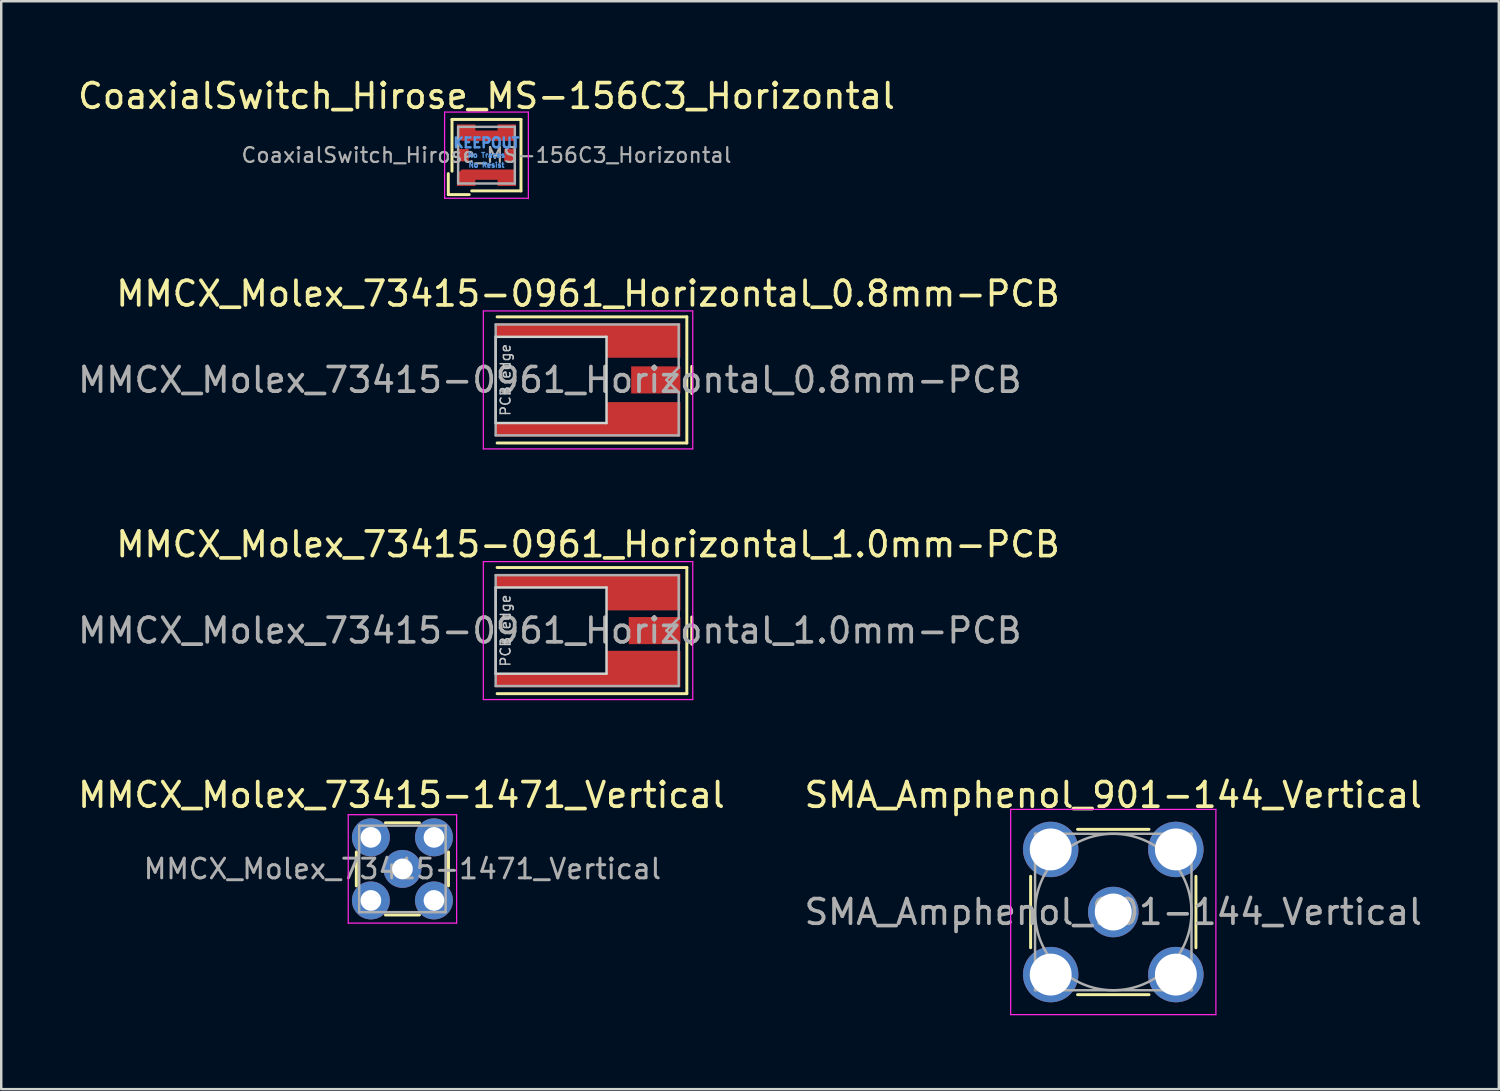
<source format=kicad_pcb>
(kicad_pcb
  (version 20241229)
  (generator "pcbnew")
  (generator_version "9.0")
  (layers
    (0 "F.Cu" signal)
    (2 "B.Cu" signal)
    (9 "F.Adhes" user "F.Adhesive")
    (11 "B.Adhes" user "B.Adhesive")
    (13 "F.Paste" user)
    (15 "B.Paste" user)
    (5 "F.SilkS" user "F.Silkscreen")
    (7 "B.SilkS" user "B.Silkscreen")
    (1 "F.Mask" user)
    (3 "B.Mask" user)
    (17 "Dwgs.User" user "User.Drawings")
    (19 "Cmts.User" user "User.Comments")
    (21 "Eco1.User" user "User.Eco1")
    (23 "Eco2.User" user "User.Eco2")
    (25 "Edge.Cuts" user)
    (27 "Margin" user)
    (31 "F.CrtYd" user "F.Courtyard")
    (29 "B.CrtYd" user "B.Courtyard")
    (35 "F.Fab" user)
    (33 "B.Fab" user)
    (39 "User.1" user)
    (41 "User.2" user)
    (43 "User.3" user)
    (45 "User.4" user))
  (footprint "MMCX_Molex_73415-0961_Horizontal_1.0mm-PCB"
    (layer "F.Cu")
    (at 20.818 22.545)
    (property "Reference" "MMCX_Molex_73415-0961_Horizontal_1.0mm-PCB" (at 0 -3.5 0) (layer "F.SilkS") (effects (font (size 1 1) (thickness 0.15))))
    (attr smd)
    (fp_line (start -3.69 -2.56) (end 4.01 -2.56) (stroke (width 0.12) (type solid)) (layer "F.SilkS"))
    (fp_line (start -3.69 2.56) (end 4.01 2.56) (stroke (width 0.12) (type solid)) (layer "F.SilkS"))
    (fp_line (start 4.01 2.56) (end 4.01 -2.56) (stroke (width 0.12) (type solid)) (layer "F.SilkS"))
    (fp_line (start 4.21 -0.55) (end 4.21 0.55) (stroke (width 0.12) (type solid)) (layer "F.SilkS"))
    (fp_line (start -3.75 1.75) (end -3.75 -1.75) (stroke (width 0.1) (type solid)) (layer "Dwgs.User"))
    (fp_line (start -3.75 1.75) (end 0.75 1.75) (stroke (width 0.1) (type solid)) (layer "Edge.Cuts"))
    (fp_line (start 0.75 -1.75) (end -3.75 -1.75) (stroke (width 0.1) (type solid)) (layer "Edge.Cuts"))
    (fp_line (start 0.75 1.75) (end 0.75 -1.75) (stroke (width 0.1) (type solid)) (layer "Edge.Cuts"))
    (fp_line (start -4.25 -2.8) (end -4.25 2.8) (stroke (width 0.05) (type solid)) (layer "F.CrtYd"))
    (fp_line (start -4.25 -2.8) (end 4.25 -2.8) (stroke (width 0.05) (type solid)) (layer "F.CrtYd"))
    (fp_line (start -4.25 2.8) (end 4.25 2.8) (stroke (width 0.05) (type solid)) (layer "F.CrtYd"))
    (fp_line (start 4.25 -2.8) (end 4.25 2.8) (stroke (width 0.05) (type solid)) (layer "F.CrtYd"))
    (fp_line (start -3.75 -2.25) (end -3.75 2.25) (stroke (width 0.1) (type solid)) (layer "F.Fab"))
    (fp_line (start -3.75 -2.25) (end 3.68 -2.25) (stroke (width 0.1) (type solid)) (layer "F.Fab"))
    (fp_line (start -3.75 2.25) (end 3.68 2.25) (stroke (width 0.1) (type solid)) (layer "F.Fab"))
    (fp_line (start 3.18 0) (end 3.68 -0.5) (stroke (width 0.1) (type solid)) (layer "F.Fab"))
    (fp_line (start 3.18 0) (end 3.68 0.5) (stroke (width 0.1) (type solid)) (layer "F.Fab"))
    (fp_line (start 3.68 -0.5) (end 3.68 -2.25) (stroke (width 0.1) (type solid)) (layer "F.Fab"))
    (fp_line (start 3.68 2.25) (end 3.68 0.5) (stroke (width 0.1) (type solid)) (layer "F.Fab"))
    (fp_text user "PCB edge" (at -3.35 0 90) (layer "Dwgs.User") (effects (font (size 0.4 0.4) (thickness 0.06))))
    (fp_text user "${REFERENCE}" (at -1.55 0 0) (layer "F.Fab") (effects (font (size 1 1) (thickness 0.15))))
    (pad "1" smd rect (at 2.7 0) (size 2.1 1.1) (layers "F.Cu" "F.Mask" "F.Paste"))
    (pad "2" smd custom (at 2.25 -1.56) (size 3 1.48) (layers "F.Cu" "F.Mask" "F.Paste") (options (anchor rect)) (primitives (gr_poly (pts (xy -6 -0.74) (xy -6 -0.19) (xy -1.5 -0.19) (xy -1.5 -0.74)) (width 0) (fill yes))))
    (pad "2" smd custom (at 2.25 1.56) (size 3 1.48) (layers "F.Cu" "F.Mask" "F.Paste") (options (anchor rect)) (primitives (gr_poly (pts (xy -6 0.19) (xy -6 0.74) (xy -1.5 0.74) (xy -1.5 0.19)) (width 0) (fill yes)))))
  (footprint "CoaxialSwitch_Hirose_MS-156C3_Horizontal"
    (layer "F.Cu")
    (at 16.696 3.248)
    (property "Reference" "CoaxialSwitch_Hirose_MS-156C3_Horizontal" (at 0 -2.4 180) (layer "F.SilkS") (effects (font (size 1 1) (thickness 0.15))))
    (attr smd)
    (fp_line (start -1.55 0.75) (end -1.55 1.6) (stroke (width 0.12) (type solid)) (layer "F.SilkS"))
    (fp_line (start -1.55 1.6) (end -0.7 1.6) (stroke (width 0.12) (type solid)) (layer "F.SilkS"))
    (fp_line (start -1.4 -1.45) (end -1.4 0.65) (stroke (width 0.12) (type solid)) (layer "F.SilkS"))
    (fp_line (start -1.4 -1.45) (end 1.4 -1.45) (stroke (width 0.12) (type solid)) (layer "F.SilkS"))
    (fp_line (start 1.4 -1.45) (end 1.4 1.45) (stroke (width 0.12) (type solid)) (layer "F.SilkS"))
    (fp_line (start 1.4 1.45) (end -0.6 1.45) (stroke (width 0.12) (type solid)) (layer "F.SilkS"))
    (fp_line (start -1.7 -1.75) (end 1.7 -1.75) (stroke (width 0.05) (type solid)) (layer "F.CrtYd"))
    (fp_line (start -1.7 1.75) (end -1.7 -1.75) (stroke (width 0.05) (type solid)) (layer "F.CrtYd"))
    (fp_line (start 1.7 -1.75) (end 1.7 1.75) (stroke (width 0.05) (type solid)) (layer "F.CrtYd"))
    (fp_line (start 1.7 1.75) (end -1.7 1.75) (stroke (width 0.05) (type solid)) (layer "F.CrtYd"))
    (fp_line (start -1.15 -1.15) (end 1.15 -1.15) (stroke (width 0.1) (type solid)) (layer "F.Fab"))
    (fp_line (start -1.15 1.15) (end -1.15 -1.15) (stroke (width 0.1) (type solid)) (layer "F.Fab"))
    (fp_line (start 1.15 -1.15) (end 1.15 1.15) (stroke (width 0.1) (type solid)) (layer "F.Fab"))
    (fp_line (start 1.15 1.15) (end -1.15 1.15) (stroke (width 0.1) (type solid)) (layer "F.Fab"))
    (fp_text user "No Resist" (at 0 0.4 0) (layer "Cmts.User") (effects (font (size 0.2 0.2) (thickness 0.05))))
    (fp_text user "No Traces" (at 0 0 0) (layer "Cmts.User") (effects (font (size 0.2 0.2) (thickness 0.05))))
    (fp_text user "KEEPOUT" (at 0 -0.5 0) (layer "Cmts.User") (effects (font (size 0.4 0.4) (thickness 0.1))))
    (fp_text user "${REFERENCE}" (at 0 0 0) (layer "F.Fab") (effects (font (size 0.6 0.6) (thickness 0.09))))
    (pad "" smd rect (at -1 0 180) (size 0.3 0.4) (layers "F.Paste"))
    (pad "" smd rect (at -0.7 -1 180) (size 0.4 0.4) (layers "F.Paste"))
    (pad "" smd rect (at -0.7 1 180) (size 0.4 0.4) (layers "F.Paste"))
    (pad "" smd rect (at 0 -0.8 180) (size 0.5 0.3) (layers "F.Paste"))
    (pad "" smd rect (at 0 0.8 180) (size 0.5 0.3) (layers "F.Paste"))
    (pad "" smd rect (at 0.7 -1 180) (size 0.4 0.4) (layers "F.Paste"))
    (pad "" smd rect (at 0.7 1 180) (size 0.4 0.4) (layers "F.Paste"))
    (pad "" smd rect (at 1 0 180) (size 0.3 0.4) (layers "F.Paste"))
    (pad "A" smd rect (at 0.96 0) (size 0.48 0.5) (layers "F.Cu" "F.Mask"))
    (pad "C" smd rect (at -0.96 0) (size 0.48 0.5) (layers "F.Cu" "F.Mask"))
    (pad "G" smd custom (at 0 -0.815) (size 0.35 0.35) (layers "F.Cu" "F.Mask") (options (anchor rect)) (primitives (gr_poly (pts (xy -1.2 -0.435) (xy -0.45 -0.435) (xy -0.45 -0.185) (xy 0.45 -0.185) (xy 0.45 -0.435) (xy 1.2 -0.435) (xy 1.2 0.235) (xy -1 0.235) (xy -1.2 0.035)) (width 0) (fill yes))))
    (pad "G" smd custom (at 0 0.815 180) (size 0.35 0.35) (layers "F.Cu" "F.Mask") (options (anchor rect)) (primitives (gr_poly (pts (xy 1.2 -0.435) (xy 0.45 -0.435) (xy 0.45 -0.185) (xy -0.45 -0.185) (xy -0.45 -0.435) (xy -1.2 -0.435) (xy -1.2 0.235) (xy 1 0.235) (xy 1.2 0.035)) (width 0) (fill yes)))))
  (footprint "MMCX_Molex_73415-0961_Horizontal_0.8mm-PCB"
    (layer "F.Cu")
    (at 20.818 12.371)
    (property "Reference" "MMCX_Molex_73415-0961_Horizontal_0.8mm-PCB" (at 0 -3.5 0) (layer "F.SilkS") (effects (font (size 1 1) (thickness 0.15))))
    (attr smd)
    (fp_line (start -3.69 -2.56) (end 4.01 -2.56) (stroke (width 0.12) (type solid)) (layer "F.SilkS"))
    (fp_line (start -3.69 2.56) (end 4.01 2.56) (stroke (width 0.12) (type solid)) (layer "F.SilkS"))
    (fp_line (start 4.01 2.56) (end 4.01 -2.56) (stroke (width 0.12) (type solid)) (layer "F.SilkS"))
    (fp_line (start 4.21 -0.55) (end 4.21 0.55) (stroke (width 0.12) (type solid)) (layer "F.SilkS"))
    (fp_line (start -3.75 1.75) (end -3.75 -1.75) (stroke (width 0.1) (type solid)) (layer "Dwgs.User"))
    (fp_line (start -3.75 1.75) (end 0.75 1.75) (stroke (width 0.1) (type solid)) (layer "Edge.Cuts"))
    (fp_line (start 0.75 -1.75) (end -3.75 -1.75) (stroke (width 0.1) (type solid)) (layer "Edge.Cuts"))
    (fp_line (start 0.75 1.75) (end 0.75 -1.75) (stroke (width 0.1) (type solid)) (layer "Edge.Cuts"))
    (fp_line (start -4.25 -2.8) (end -4.25 2.8) (stroke (width 0.05) (type solid)) (layer "F.CrtYd"))
    (fp_line (start -4.25 -2.8) (end 4.25 -2.8) (stroke (width 0.05) (type solid)) (layer "F.CrtYd"))
    (fp_line (start -4.25 2.8) (end 4.25 2.8) (stroke (width 0.05) (type solid)) (layer "F.CrtYd"))
    (fp_line (start 4.25 -2.8) (end 4.25 2.8) (stroke (width 0.05) (type solid)) (layer "F.CrtYd"))
    (fp_line (start -3.75 -2.25) (end -3.75 2.25) (stroke (width 0.1) (type solid)) (layer "F.Fab"))
    (fp_line (start -3.75 -2.25) (end 3.68 -2.25) (stroke (width 0.1) (type solid)) (layer "F.Fab"))
    (fp_line (start -3.75 2.25) (end 3.68 2.25) (stroke (width 0.1) (type solid)) (layer "F.Fab"))
    (fp_line (start 3.18 0) (end 3.68 -0.5) (stroke (width 0.1) (type solid)) (layer "F.Fab"))
    (fp_line (start 3.18 0) (end 3.68 0.5) (stroke (width 0.1) (type solid)) (layer "F.Fab"))
    (fp_line (start 3.68 -0.5) (end 3.68 -2.25) (stroke (width 0.1) (type solid)) (layer "F.Fab"))
    (fp_line (start 3.68 2.25) (end 3.68 0.5) (stroke (width 0.1) (type solid)) (layer "F.Fab"))
    (fp_text user "PCB edge" (at -3.35 0 90) (layer "Dwgs.User") (effects (font (size 0.4 0.4) (thickness 0.06))))
    (fp_text user "${REFERENCE}" (at -1.55 0 0) (layer "F.Fab") (effects (font (size 1 1) (thickness 0.15))))
    (pad "1" smd rect (at 2.75 0) (size 2 1.1) (layers "F.Cu" "F.Mask" "F.Paste"))
    (pad "2" smd custom (at 2.25 -1.6) (size 3 1.4) (layers "F.Cu" "F.Mask" "F.Paste") (options (anchor rect)) (primitives (gr_poly (pts (xy -6 -0.7) (xy -6 -0.15) (xy -1.5 -0.15) (xy -1.5 -0.7)) (width 0) (fill yes))))
    (pad "2" smd custom (at 2.25 1.6) (size 3 1.4) (layers "F.Cu" "F.Mask" "F.Paste") (options (anchor rect)) (primitives (gr_poly (pts (xy -6 0.15) (xy -6 0.7) (xy -1.5 0.7) (xy -1.5 0.15)) (width 0) (fill yes)))))
  (footprint "MMCX_Molex_73415-1471_Vertical"
    (layer "F.Cu")
    (at 13.284 32.218)
    (property "Reference" "MMCX_Molex_73415-1471_Vertical" (at -0.04 -3 0) (layer "F.SilkS") (effects (font (size 1 1) (thickness 0.15))))
    (attr through_hole)
    (fp_line (start -1.87 0.69) (end -1.87 -0.69) (stroke (width 0.12) (type solid)) (layer "F.SilkS"))
    (fp_line (start 0.69 -1.87) (end -0.69 -1.87) (stroke (width 0.12) (type solid)) (layer "F.SilkS"))
    (fp_line (start 0.69 1.87) (end -0.69 1.87) (stroke (width 0.12) (type solid)) (layer "F.SilkS"))
    (fp_line (start 1.87 0.69) (end 1.87 -0.69) (stroke (width 0.12) (type solid)) (layer "F.SilkS"))
    (fp_line (start -2.2 -2.2) (end 2.2 -2.2) (stroke (width 0.05) (type solid)) (layer "F.CrtYd"))
    (fp_line (start -2.2 2.2) (end -2.2 -2.2) (stroke (width 0.05) (type solid)) (layer "F.CrtYd"))
    (fp_line (start -2.2 2.2) (end 2.2 2.2) (stroke (width 0.05) (type solid)) (layer "F.CrtYd"))
    (fp_line (start 2.2 2.2) (end 2.2 -2.2) (stroke (width 0.05) (type solid)) (layer "F.CrtYd"))
    (fp_line (start -1.755 -1.755) (end -1.755 1.755) (stroke (width 0.1) (type solid)) (layer "F.Fab"))
    (fp_line (start -1.755 -1.755) (end 1.755 -1.755) (stroke (width 0.1) (type solid)) (layer "F.Fab"))
    (fp_line (start -1.755 1.755) (end 1.755 1.755) (stroke (width 0.1) (type solid)) (layer "F.Fab"))
    (fp_line (start 1.755 -1.755) (end 1.755 1.755) (stroke (width 0.1) (type solid)) (layer "F.Fab"))
    (fp_text user "${REFERENCE}" (at 0 0 0) (layer "F.Fab") (effects (font (size 0.8 0.8) (thickness 0.12))))
    (pad "1" thru_hole circle (at 0 0) (size 1.54 1.54) (drill 0.84) (layers "*.Cu" "*.Mask"))
    (pad "2" thru_hole circle (at -1.28 -1.28) (size 1.54 1.54) (drill 0.84) (layers "*.Cu" "*.Mask"))
    (pad "2" thru_hole circle (at -1.28 1.28) (size 1.54 1.54) (drill 0.84) (layers "*.Cu" "*.Mask"))
    (pad "2" thru_hole circle (at 1.28 -1.28) (size 1.54 1.54) (drill 0.84) (layers "*.Cu" "*.Mask"))
    (pad "2" thru_hole circle (at 1.28 1.28) (size 1.54 1.54) (drill 0.84) (layers "*.Cu" "*.Mask")))
  (footprint "SMA_Amphenol_901-144_Vertical"
    (layer "F.Cu")
    (at 42.137 33.968)
    (property "Reference" "SMA_Amphenol_901-144_Vertical" (at 0 -4.75 0) (layer "F.SilkS") (effects (font (size 1 1) (thickness 0.15))))
    (attr through_hole)
    (fp_line (start -3.355 -1.45) (end -3.355 1.45) (stroke (width 0.12) (type solid)) (layer "F.SilkS"))
    (fp_line (start -1.45 -3.355) (end 1.45 -3.355) (stroke (width 0.12) (type solid)) (layer "F.SilkS"))
    (fp_line (start -1.45 3.355) (end 1.45 3.355) (stroke (width 0.12) (type solid)) (layer "F.SilkS"))
    (fp_line (start 3.355 -1.45) (end 3.355 1.45) (stroke (width 0.12) (type solid)) (layer "F.SilkS"))
    (fp_line (start -4.165 -4.165) (end -4.165 4.165) (stroke (width 0.05) (type solid)) (layer "F.CrtYd"))
    (fp_line (start -4.165 -4.165) (end 4.165 -4.165) (stroke (width 0.05) (type solid)) (layer "F.CrtYd"))
    (fp_line (start 4.165 4.165) (end -4.165 4.165) (stroke (width 0.05) (type solid)) (layer "F.CrtYd"))
    (fp_line (start 4.165 4.165) (end 4.165 -4.165) (stroke (width 0.05) (type solid)) (layer "F.CrtYd"))
    (fp_line (start -3.175 -3.175) (end -3.175 3.175) (stroke (width 0.1) (type solid)) (layer "F.Fab"))
    (fp_line (start -3.175 -3.175) (end 3.175 -3.175) (stroke (width 0.1) (type solid)) (layer "F.Fab"))
    (fp_line (start -3.175 3.175) (end 3.175 3.175) (stroke (width 0.1) (type solid)) (layer "F.Fab"))
    (fp_line (start 3.175 -3.175) (end 3.175 3.175) (stroke (width 0.1) (type solid)) (layer "F.Fab"))
    (fp_circle (center 0 0) (end 3.175 0) (stroke (width 0.1) (type solid)) (fill no) (layer "F.Fab"))
    (fp_text user "${REFERENCE}" (at 0 0 0) (layer "F.Fab") (effects (font (size 1 1) (thickness 0.15))))
    (pad "1" thru_hole circle (at 0 0) (size 2.05 2.05) (drill 1.5) (layers "*.Cu" "*.Mask"))
    (pad "2" thru_hole circle (at -2.54 -2.54) (size 2.25 2.25) (drill 1.7) (layers "*.Cu" "*.Mask"))
    (pad "2" thru_hole circle (at -2.54 2.54) (size 2.25 2.25) (drill 1.7) (layers "*.Cu" "*.Mask"))
    (pad "2" thru_hole circle (at 2.54 -2.54) (size 2.25 2.25) (drill 1.7) (layers "*.Cu" "*.Mask"))
    (pad "2" thru_hole circle (at 2.54 2.54) (size 2.25 2.25) (drill 1.7) (layers "*.Cu" "*.Mask")))
  (gr_rect
    (start -3 -3)
    (end 57.786 41.158)
    (stroke (width 0.1) (type default))
    (fill no)
    (layer "Edge.Cuts")))
</source>
